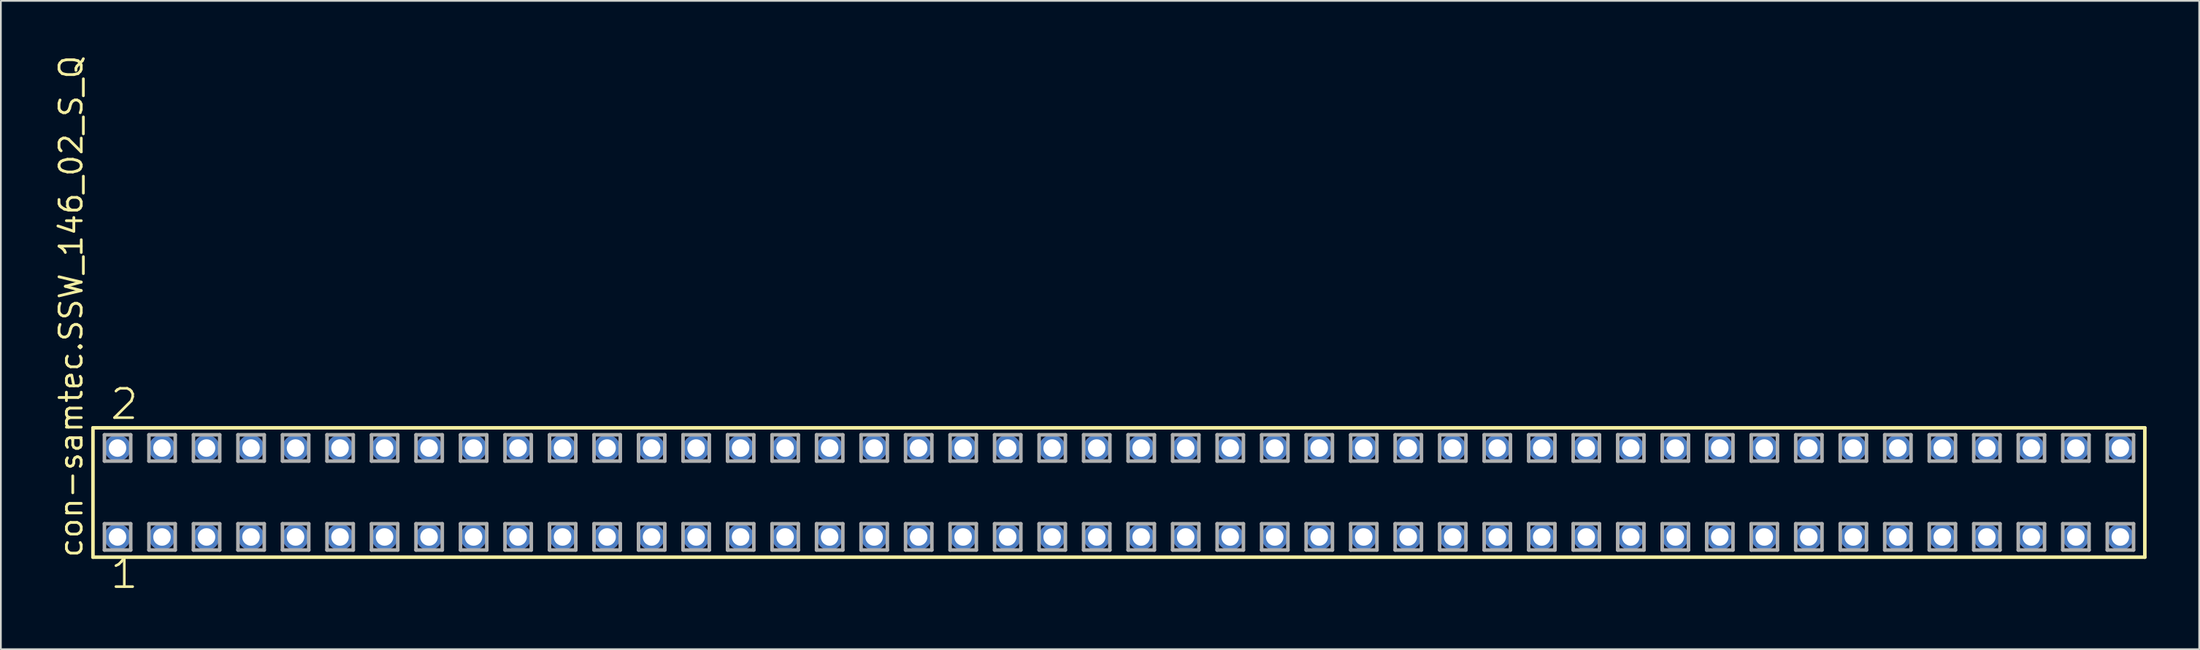
<source format=kicad_pcb>
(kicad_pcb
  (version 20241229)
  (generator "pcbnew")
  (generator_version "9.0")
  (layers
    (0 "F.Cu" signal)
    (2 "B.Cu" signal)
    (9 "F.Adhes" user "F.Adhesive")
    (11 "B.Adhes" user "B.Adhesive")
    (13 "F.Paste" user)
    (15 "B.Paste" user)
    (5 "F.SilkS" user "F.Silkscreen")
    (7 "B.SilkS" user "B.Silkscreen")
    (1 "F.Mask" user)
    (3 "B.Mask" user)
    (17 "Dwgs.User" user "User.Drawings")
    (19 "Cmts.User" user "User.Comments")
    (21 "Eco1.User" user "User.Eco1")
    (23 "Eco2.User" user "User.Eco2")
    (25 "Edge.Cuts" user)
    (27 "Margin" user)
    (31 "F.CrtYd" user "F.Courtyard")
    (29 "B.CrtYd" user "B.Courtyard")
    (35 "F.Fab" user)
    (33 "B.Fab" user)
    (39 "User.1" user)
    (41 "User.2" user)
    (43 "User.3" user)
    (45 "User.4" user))
  (footprint "con-samtec.SSW_146_02_S_Q"
    (layer "F.Cu")
    (at 60.805 25.082)
    (property "Reference" "con-samtec.SSW_146_02_S_Q" (at -59.055 3.81 90) (layer "F.SilkS") (effects (font (size 1.27 1.27) (thickness 0.16)) (justify left bottom)))
    (attr through_hole)
    (fp_line (start -58.549 -3.695) (end 58.549 -3.695) (stroke (width 0.203) (type default)) (layer "F.SilkS"))
    (fp_line (start -58.549 3.695) (end -58.549 -3.695) (stroke (width 0.203) (type default)) (layer "F.SilkS"))
    (fp_line (start 58.549 -3.695) (end 58.549 3.695) (stroke (width 0.203) (type default)) (layer "F.SilkS"))
    (fp_line (start 58.549 3.695) (end -58.549 3.695) (stroke (width 0.203) (type default)) (layer "F.SilkS"))
    (fp_line (start -57.895 -3.295) (end -56.395 -3.295) (stroke (width 0.203) (type default)) (layer "F.Fab"))
    (fp_line (start -57.895 -1.795) (end -57.895 -3.295) (stroke (width 0.203) (type default)) (layer "F.Fab"))
    (fp_line (start -57.895 1.785) (end -56.395 1.785) (stroke (width 0.203) (type default)) (layer "F.Fab"))
    (fp_line (start -57.895 3.285) (end -57.895 1.785) (stroke (width 0.203) (type default)) (layer "F.Fab"))
    (fp_line (start -56.395 -3.295) (end -56.395 -1.795) (stroke (width 0.203) (type default)) (layer "F.Fab"))
    (fp_line (start -56.395 -1.795) (end -57.895 -1.795) (stroke (width 0.203) (type default)) (layer "F.Fab"))
    (fp_line (start -56.395 1.785) (end -56.395 3.285) (stroke (width 0.203) (type default)) (layer "F.Fab"))
    (fp_line (start -56.395 3.285) (end -57.895 3.285) (stroke (width 0.203) (type default)) (layer "F.Fab"))
    (fp_line (start -55.355 -3.295) (end -53.855 -3.295) (stroke (width 0.203) (type default)) (layer "F.Fab"))
    (fp_line (start -55.355 -1.795) (end -55.355 -3.295) (stroke (width 0.203) (type default)) (layer "F.Fab"))
    (fp_line (start -55.355 1.785) (end -53.855 1.785) (stroke (width 0.203) (type default)) (layer "F.Fab"))
    (fp_line (start -55.355 3.285) (end -55.355 1.785) (stroke (width 0.203) (type default)) (layer "F.Fab"))
    (fp_line (start -53.855 -3.295) (end -53.855 -1.795) (stroke (width 0.203) (type default)) (layer "F.Fab"))
    (fp_line (start -53.855 -1.795) (end -55.355 -1.795) (stroke (width 0.203) (type default)) (layer "F.Fab"))
    (fp_line (start -53.855 1.785) (end -53.855 3.285) (stroke (width 0.203) (type default)) (layer "F.Fab"))
    (fp_line (start -53.855 3.285) (end -55.355 3.285) (stroke (width 0.203) (type default)) (layer "F.Fab"))
    (fp_line (start -52.815 -3.295) (end -51.315 -3.295) (stroke (width 0.203) (type default)) (layer "F.Fab"))
    (fp_line (start -52.815 -1.795) (end -52.815 -3.295) (stroke (width 0.203) (type default)) (layer "F.Fab"))
    (fp_line (start -52.815 1.785) (end -51.315 1.785) (stroke (width 0.203) (type default)) (layer "F.Fab"))
    (fp_line (start -52.815 3.285) (end -52.815 1.785) (stroke (width 0.203) (type default)) (layer "F.Fab"))
    (fp_line (start -51.315 -3.295) (end -51.315 -1.795) (stroke (width 0.203) (type default)) (layer "F.Fab"))
    (fp_line (start -51.315 -1.795) (end -52.815 -1.795) (stroke (width 0.203) (type default)) (layer "F.Fab"))
    (fp_line (start -51.315 1.785) (end -51.315 3.285) (stroke (width 0.203) (type default)) (layer "F.Fab"))
    (fp_line (start -51.315 3.285) (end -52.815 3.285) (stroke (width 0.203) (type default)) (layer "F.Fab"))
    (fp_line (start -50.275 -3.295) (end -48.775 -3.295) (stroke (width 0.203) (type default)) (layer "F.Fab"))
    (fp_line (start -50.275 -1.795) (end -50.275 -3.295) (stroke (width 0.203) (type default)) (layer "F.Fab"))
    (fp_line (start -50.275 1.785) (end -48.775 1.785) (stroke (width 0.203) (type default)) (layer "F.Fab"))
    (fp_line (start -50.275 3.285) (end -50.275 1.785) (stroke (width 0.203) (type default)) (layer "F.Fab"))
    (fp_line (start -48.775 -3.295) (end -48.775 -1.795) (stroke (width 0.203) (type default)) (layer "F.Fab"))
    (fp_line (start -48.775 -1.795) (end -50.275 -1.795) (stroke (width 0.203) (type default)) (layer "F.Fab"))
    (fp_line (start -48.775 1.785) (end -48.775 3.285) (stroke (width 0.203) (type default)) (layer "F.Fab"))
    (fp_line (start -48.775 3.285) (end -50.275 3.285) (stroke (width 0.203) (type default)) (layer "F.Fab"))
    (fp_line (start -47.735 -3.295) (end -46.235 -3.295) (stroke (width 0.203) (type default)) (layer "F.Fab"))
    (fp_line (start -47.735 -1.795) (end -47.735 -3.295) (stroke (width 0.203) (type default)) (layer "F.Fab"))
    (fp_line (start -47.735 1.785) (end -46.235 1.785) (stroke (width 0.203) (type default)) (layer "F.Fab"))
    (fp_line (start -47.735 3.285) (end -47.735 1.785) (stroke (width 0.203) (type default)) (layer "F.Fab"))
    (fp_line (start -46.235 -3.295) (end -46.235 -1.795) (stroke (width 0.203) (type default)) (layer "F.Fab"))
    (fp_line (start -46.235 -1.795) (end -47.735 -1.795) (stroke (width 0.203) (type default)) (layer "F.Fab"))
    (fp_line (start -46.235 1.785) (end -46.235 3.285) (stroke (width 0.203) (type default)) (layer "F.Fab"))
    (fp_line (start -46.235 3.285) (end -47.735 3.285) (stroke (width 0.203) (type default)) (layer "F.Fab"))
    (fp_line (start -45.195 -3.295) (end -43.695 -3.295) (stroke (width 0.203) (type default)) (layer "F.Fab"))
    (fp_line (start -45.195 -1.795) (end -45.195 -3.295) (stroke (width 0.203) (type default)) (layer "F.Fab"))
    (fp_line (start -45.195 1.785) (end -43.695 1.785) (stroke (width 0.203) (type default)) (layer "F.Fab"))
    (fp_line (start -45.195 3.285) (end -45.195 1.785) (stroke (width 0.203) (type default)) (layer "F.Fab"))
    (fp_line (start -43.695 -3.295) (end -43.695 -1.795) (stroke (width 0.203) (type default)) (layer "F.Fab"))
    (fp_line (start -43.695 -1.795) (end -45.195 -1.795) (stroke (width 0.203) (type default)) (layer "F.Fab"))
    (fp_line (start -43.695 1.785) (end -43.695 3.285) (stroke (width 0.203) (type default)) (layer "F.Fab"))
    (fp_line (start -43.695 3.285) (end -45.195 3.285) (stroke (width 0.203) (type default)) (layer "F.Fab"))
    (fp_line (start -42.655 -3.295) (end -41.155 -3.295) (stroke (width 0.203) (type default)) (layer "F.Fab"))
    (fp_line (start -42.655 -1.795) (end -42.655 -3.295) (stroke (width 0.203) (type default)) (layer "F.Fab"))
    (fp_line (start -42.655 1.785) (end -41.155 1.785) (stroke (width 0.203) (type default)) (layer "F.Fab"))
    (fp_line (start -42.655 3.285) (end -42.655 1.785) (stroke (width 0.203) (type default)) (layer "F.Fab"))
    (fp_line (start -41.155 -3.295) (end -41.155 -1.795) (stroke (width 0.203) (type default)) (layer "F.Fab"))
    (fp_line (start -41.155 -1.795) (end -42.655 -1.795) (stroke (width 0.203) (type default)) (layer "F.Fab"))
    (fp_line (start -41.155 1.785) (end -41.155 3.285) (stroke (width 0.203) (type default)) (layer "F.Fab"))
    (fp_line (start -41.155 3.285) (end -42.655 3.285) (stroke (width 0.203) (type default)) (layer "F.Fab"))
    (fp_line (start -40.115 -3.295) (end -38.615 -3.295) (stroke (width 0.203) (type default)) (layer "F.Fab"))
    (fp_line (start -40.115 -1.795) (end -40.115 -3.295) (stroke (width 0.203) (type default)) (layer "F.Fab"))
    (fp_line (start -40.115 1.785) (end -38.615 1.785) (stroke (width 0.203) (type default)) (layer "F.Fab"))
    (fp_line (start -40.115 3.285) (end -40.115 1.785) (stroke (width 0.203) (type default)) (layer "F.Fab"))
    (fp_line (start -38.615 -3.295) (end -38.615 -1.795) (stroke (width 0.203) (type default)) (layer "F.Fab"))
    (fp_line (start -38.615 -1.795) (end -40.115 -1.795) (stroke (width 0.203) (type default)) (layer "F.Fab"))
    (fp_line (start -38.615 1.785) (end -38.615 3.285) (stroke (width 0.203) (type default)) (layer "F.Fab"))
    (fp_line (start -38.615 3.285) (end -40.115 3.285) (stroke (width 0.203) (type default)) (layer "F.Fab"))
    (fp_line (start -37.575 -3.295) (end -36.075 -3.295) (stroke (width 0.203) (type default)) (layer "F.Fab"))
    (fp_line (start -37.575 -1.795) (end -37.575 -3.295) (stroke (width 0.203) (type default)) (layer "F.Fab"))
    (fp_line (start -37.575 1.785) (end -36.075 1.785) (stroke (width 0.203) (type default)) (layer "F.Fab"))
    (fp_line (start -37.575 3.285) (end -37.575 1.785) (stroke (width 0.203) (type default)) (layer "F.Fab"))
    (fp_line (start -36.075 -3.295) (end -36.075 -1.795) (stroke (width 0.203) (type default)) (layer "F.Fab"))
    (fp_line (start -36.075 -1.795) (end -37.575 -1.795) (stroke (width 0.203) (type default)) (layer "F.Fab"))
    (fp_line (start -36.075 1.785) (end -36.075 3.285) (stroke (width 0.203) (type default)) (layer "F.Fab"))
    (fp_line (start -36.075 3.285) (end -37.575 3.285) (stroke (width 0.203) (type default)) (layer "F.Fab"))
    (fp_line (start -35.035 -3.295) (end -33.535 -3.295) (stroke (width 0.203) (type default)) (layer "F.Fab"))
    (fp_line (start -35.035 -1.795) (end -35.035 -3.295) (stroke (width 0.203) (type default)) (layer "F.Fab"))
    (fp_line (start -35.035 1.785) (end -33.535 1.785) (stroke (width 0.203) (type default)) (layer "F.Fab"))
    (fp_line (start -35.035 3.285) (end -35.035 1.785) (stroke (width 0.203) (type default)) (layer "F.Fab"))
    (fp_line (start -33.535 -3.295) (end -33.535 -1.795) (stroke (width 0.203) (type default)) (layer "F.Fab"))
    (fp_line (start -33.535 -1.795) (end -35.035 -1.795) (stroke (width 0.203) (type default)) (layer "F.Fab"))
    (fp_line (start -33.535 1.785) (end -33.535 3.285) (stroke (width 0.203) (type default)) (layer "F.Fab"))
    (fp_line (start -33.535 3.285) (end -35.035 3.285) (stroke (width 0.203) (type default)) (layer "F.Fab"))
    (fp_line (start -32.495 -3.295) (end -30.995 -3.295) (stroke (width 0.203) (type default)) (layer "F.Fab"))
    (fp_line (start -32.495 -1.795) (end -32.495 -3.295) (stroke (width 0.203) (type default)) (layer "F.Fab"))
    (fp_line (start -32.495 1.785) (end -30.995 1.785) (stroke (width 0.203) (type default)) (layer "F.Fab"))
    (fp_line (start -32.495 3.285) (end -32.495 1.785) (stroke (width 0.203) (type default)) (layer "F.Fab"))
    (fp_line (start -30.995 -3.295) (end -30.995 -1.795) (stroke (width 0.203) (type default)) (layer "F.Fab"))
    (fp_line (start -30.995 -1.795) (end -32.495 -1.795) (stroke (width 0.203) (type default)) (layer "F.Fab"))
    (fp_line (start -30.995 1.785) (end -30.995 3.285) (stroke (width 0.203) (type default)) (layer "F.Fab"))
    (fp_line (start -30.995 3.285) (end -32.495 3.285) (stroke (width 0.203) (type default)) (layer "F.Fab"))
    (fp_line (start -29.955 -3.295) (end -28.455 -3.295) (stroke (width 0.203) (type default)) (layer "F.Fab"))
    (fp_line (start -29.955 -1.795) (end -29.955 -3.295) (stroke (width 0.203) (type default)) (layer "F.Fab"))
    (fp_line (start -29.955 1.785) (end -28.455 1.785) (stroke (width 0.203) (type default)) (layer "F.Fab"))
    (fp_line (start -29.955 3.285) (end -29.955 1.785) (stroke (width 0.203) (type default)) (layer "F.Fab"))
    (fp_line (start -28.455 -3.295) (end -28.455 -1.795) (stroke (width 0.203) (type default)) (layer "F.Fab"))
    (fp_line (start -28.455 -1.795) (end -29.955 -1.795) (stroke (width 0.203) (type default)) (layer "F.Fab"))
    (fp_line (start -28.455 1.785) (end -28.455 3.285) (stroke (width 0.203) (type default)) (layer "F.Fab"))
    (fp_line (start -28.455 3.285) (end -29.955 3.285) (stroke (width 0.203) (type default)) (layer "F.Fab"))
    (fp_line (start -27.415 -3.295) (end -25.915 -3.295) (stroke (width 0.203) (type default)) (layer "F.Fab"))
    (fp_line (start -27.415 -1.795) (end -27.415 -3.295) (stroke (width 0.203) (type default)) (layer "F.Fab"))
    (fp_line (start -27.415 1.785) (end -25.915 1.785) (stroke (width 0.203) (type default)) (layer "F.Fab"))
    (fp_line (start -27.415 3.285) (end -27.415 1.785) (stroke (width 0.203) (type default)) (layer "F.Fab"))
    (fp_line (start -25.915 -3.295) (end -25.915 -1.795) (stroke (width 0.203) (type default)) (layer "F.Fab"))
    (fp_line (start -25.915 -1.795) (end -27.415 -1.795) (stroke (width 0.203) (type default)) (layer "F.Fab"))
    (fp_line (start -25.915 1.785) (end -25.915 3.285) (stroke (width 0.203) (type default)) (layer "F.Fab"))
    (fp_line (start -25.915 3.285) (end -27.415 3.285) (stroke (width 0.203) (type default)) (layer "F.Fab"))
    (fp_line (start -24.875 -3.295) (end -23.375 -3.295) (stroke (width 0.203) (type default)) (layer "F.Fab"))
    (fp_line (start -24.875 -1.795) (end -24.875 -3.295) (stroke (width 0.203) (type default)) (layer "F.Fab"))
    (fp_line (start -24.875 1.785) (end -23.375 1.785) (stroke (width 0.203) (type default)) (layer "F.Fab"))
    (fp_line (start -24.875 3.285) (end -24.875 1.785) (stroke (width 0.203) (type default)) (layer "F.Fab"))
    (fp_line (start -23.375 -3.295) (end -23.375 -1.795) (stroke (width 0.203) (type default)) (layer "F.Fab"))
    (fp_line (start -23.375 -1.795) (end -24.875 -1.795) (stroke (width 0.203) (type default)) (layer "F.Fab"))
    (fp_line (start -23.375 1.785) (end -23.375 3.285) (stroke (width 0.203) (type default)) (layer "F.Fab"))
    (fp_line (start -23.375 3.285) (end -24.875 3.285) (stroke (width 0.203) (type default)) (layer "F.Fab"))
    (fp_line (start -22.335 -3.295) (end -20.835 -3.295) (stroke (width 0.203) (type default)) (layer "F.Fab"))
    (fp_line (start -22.335 -1.795) (end -22.335 -3.295) (stroke (width 0.203) (type default)) (layer "F.Fab"))
    (fp_line (start -22.335 1.785) (end -20.835 1.785) (stroke (width 0.203) (type default)) (layer "F.Fab"))
    (fp_line (start -22.335 3.285) (end -22.335 1.785) (stroke (width 0.203) (type default)) (layer "F.Fab"))
    (fp_line (start -20.835 -3.295) (end -20.835 -1.795) (stroke (width 0.203) (type default)) (layer "F.Fab"))
    (fp_line (start -20.835 -1.795) (end -22.335 -1.795) (stroke (width 0.203) (type default)) (layer "F.Fab"))
    (fp_line (start -20.835 1.785) (end -20.835 3.285) (stroke (width 0.203) (type default)) (layer "F.Fab"))
    (fp_line (start -20.835 3.285) (end -22.335 3.285) (stroke (width 0.203) (type default)) (layer "F.Fab"))
    (fp_line (start -19.795 -3.295) (end -18.295 -3.295) (stroke (width 0.203) (type default)) (layer "F.Fab"))
    (fp_line (start -19.795 -1.795) (end -19.795 -3.295) (stroke (width 0.203) (type default)) (layer "F.Fab"))
    (fp_line (start -19.795 1.785) (end -18.295 1.785) (stroke (width 0.203) (type default)) (layer "F.Fab"))
    (fp_line (start -19.795 3.285) (end -19.795 1.785) (stroke (width 0.203) (type default)) (layer "F.Fab"))
    (fp_line (start -18.295 -3.295) (end -18.295 -1.795) (stroke (width 0.203) (type default)) (layer "F.Fab"))
    (fp_line (start -18.295 -1.795) (end -19.795 -1.795) (stroke (width 0.203) (type default)) (layer "F.Fab"))
    (fp_line (start -18.295 1.785) (end -18.295 3.285) (stroke (width 0.203) (type default)) (layer "F.Fab"))
    (fp_line (start -18.295 3.285) (end -19.795 3.285) (stroke (width 0.203) (type default)) (layer "F.Fab"))
    (fp_line (start -17.255 -3.295) (end -15.755 -3.295) (stroke (width 0.203) (type default)) (layer "F.Fab"))
    (fp_line (start -17.255 -1.795) (end -17.255 -3.295) (stroke (width 0.203) (type default)) (layer "F.Fab"))
    (fp_line (start -17.255 1.785) (end -15.755 1.785) (stroke (width 0.203) (type default)) (layer "F.Fab"))
    (fp_line (start -17.255 3.285) (end -17.255 1.785) (stroke (width 0.203) (type default)) (layer "F.Fab"))
    (fp_line (start -15.755 -3.295) (end -15.755 -1.795) (stroke (width 0.203) (type default)) (layer "F.Fab"))
    (fp_line (start -15.755 -1.795) (end -17.255 -1.795) (stroke (width 0.203) (type default)) (layer "F.Fab"))
    (fp_line (start -15.755 1.785) (end -15.755 3.285) (stroke (width 0.203) (type default)) (layer "F.Fab"))
    (fp_line (start -15.755 3.285) (end -17.255 3.285) (stroke (width 0.203) (type default)) (layer "F.Fab"))
    (fp_line (start -14.715 -3.295) (end -13.215 -3.295) (stroke (width 0.203) (type default)) (layer "F.Fab"))
    (fp_line (start -14.715 -1.795) (end -14.715 -3.295) (stroke (width 0.203) (type default)) (layer "F.Fab"))
    (fp_line (start -14.715 1.785) (end -13.215 1.785) (stroke (width 0.203) (type default)) (layer "F.Fab"))
    (fp_line (start -14.715 3.285) (end -14.715 1.785) (stroke (width 0.203) (type default)) (layer "F.Fab"))
    (fp_line (start -13.215 -3.295) (end -13.215 -1.795) (stroke (width 0.203) (type default)) (layer "F.Fab"))
    (fp_line (start -13.215 -1.795) (end -14.715 -1.795) (stroke (width 0.203) (type default)) (layer "F.Fab"))
    (fp_line (start -13.215 1.785) (end -13.215 3.285) (stroke (width 0.203) (type default)) (layer "F.Fab"))
    (fp_line (start -13.215 3.285) (end -14.715 3.285) (stroke (width 0.203) (type default)) (layer "F.Fab"))
    (fp_line (start -12.175 -3.295) (end -10.675 -3.295) (stroke (width 0.203) (type default)) (layer "F.Fab"))
    (fp_line (start -12.175 -1.795) (end -12.175 -3.295) (stroke (width 0.203) (type default)) (layer "F.Fab"))
    (fp_line (start -12.175 1.785) (end -10.675 1.785) (stroke (width 0.203) (type default)) (layer "F.Fab"))
    (fp_line (start -12.175 3.285) (end -12.175 1.785) (stroke (width 0.203) (type default)) (layer "F.Fab"))
    (fp_line (start -10.675 -3.295) (end -10.675 -1.795) (stroke (width 0.203) (type default)) (layer "F.Fab"))
    (fp_line (start -10.675 -1.795) (end -12.175 -1.795) (stroke (width 0.203) (type default)) (layer "F.Fab"))
    (fp_line (start -10.675 1.785) (end -10.675 3.285) (stroke (width 0.203) (type default)) (layer "F.Fab"))
    (fp_line (start -10.675 3.285) (end -12.175 3.285) (stroke (width 0.203) (type default)) (layer "F.Fab"))
    (fp_line (start -9.635 -3.295) (end -8.135 -3.295) (stroke (width 0.203) (type default)) (layer "F.Fab"))
    (fp_line (start -9.635 -1.795) (end -9.635 -3.295) (stroke (width 0.203) (type default)) (layer "F.Fab"))
    (fp_line (start -9.635 1.785) (end -8.135 1.785) (stroke (width 0.203) (type default)) (layer "F.Fab"))
    (fp_line (start -9.635 3.285) (end -9.635 1.785) (stroke (width 0.203) (type default)) (layer "F.Fab"))
    (fp_line (start -8.135 -3.295) (end -8.135 -1.795) (stroke (width 0.203) (type default)) (layer "F.Fab"))
    (fp_line (start -8.135 -1.795) (end -9.635 -1.795) (stroke (width 0.203) (type default)) (layer "F.Fab"))
    (fp_line (start -8.135 1.785) (end -8.135 3.285) (stroke (width 0.203) (type default)) (layer "F.Fab"))
    (fp_line (start -8.135 3.285) (end -9.635 3.285) (stroke (width 0.203) (type default)) (layer "F.Fab"))
    (fp_line (start -7.095 -3.295) (end -5.595 -3.295) (stroke (width 0.203) (type default)) (layer "F.Fab"))
    (fp_line (start -7.095 -1.795) (end -7.095 -3.295) (stroke (width 0.203) (type default)) (layer "F.Fab"))
    (fp_line (start -7.095 1.785) (end -5.595 1.785) (stroke (width 0.203) (type default)) (layer "F.Fab"))
    (fp_line (start -7.095 3.285) (end -7.095 1.785) (stroke (width 0.203) (type default)) (layer "F.Fab"))
    (fp_line (start -5.595 -3.295) (end -5.595 -1.795) (stroke (width 0.203) (type default)) (layer "F.Fab"))
    (fp_line (start -5.595 -1.795) (end -7.095 -1.795) (stroke (width 0.203) (type default)) (layer "F.Fab"))
    (fp_line (start -5.595 1.785) (end -5.595 3.285) (stroke (width 0.203) (type default)) (layer "F.Fab"))
    (fp_line (start -5.595 3.285) (end -7.095 3.285) (stroke (width 0.203) (type default)) (layer "F.Fab"))
    (fp_line (start -4.555 -3.295) (end -3.055 -3.295) (stroke (width 0.203) (type default)) (layer "F.Fab"))
    (fp_line (start -4.555 -1.795) (end -4.555 -3.295) (stroke (width 0.203) (type default)) (layer "F.Fab"))
    (fp_line (start -4.555 1.785) (end -3.055 1.785) (stroke (width 0.203) (type default)) (layer "F.Fab"))
    (fp_line (start -4.555 3.285) (end -4.555 1.785) (stroke (width 0.203) (type default)) (layer "F.Fab"))
    (fp_line (start -3.055 -3.295) (end -3.055 -1.795) (stroke (width 0.203) (type default)) (layer "F.Fab"))
    (fp_line (start -3.055 -1.795) (end -4.555 -1.795) (stroke (width 0.203) (type default)) (layer "F.Fab"))
    (fp_line (start -3.055 1.785) (end -3.055 3.285) (stroke (width 0.203) (type default)) (layer "F.Fab"))
    (fp_line (start -3.055 3.285) (end -4.555 3.285) (stroke (width 0.203) (type default)) (layer "F.Fab"))
    (fp_line (start -2.015 -3.295) (end -0.515 -3.295) (stroke (width 0.203) (type default)) (layer "F.Fab"))
    (fp_line (start -2.015 -1.795) (end -2.015 -3.295) (stroke (width 0.203) (type default)) (layer "F.Fab"))
    (fp_line (start -2.015 1.785) (end -0.515 1.785) (stroke (width 0.203) (type default)) (layer "F.Fab"))
    (fp_line (start -2.015 3.285) (end -2.015 1.785) (stroke (width 0.203) (type default)) (layer "F.Fab"))
    (fp_line (start -0.515 -3.295) (end -0.515 -1.795) (stroke (width 0.203) (type default)) (layer "F.Fab"))
    (fp_line (start -0.515 -1.795) (end -2.015 -1.795) (stroke (width 0.203) (type default)) (layer "F.Fab"))
    (fp_line (start -0.515 1.785) (end -0.515 3.285) (stroke (width 0.203) (type default)) (layer "F.Fab"))
    (fp_line (start -0.515 3.285) (end -2.015 3.285) (stroke (width 0.203) (type default)) (layer "F.Fab"))
    (fp_line (start 0.525 -3.295) (end 2.025 -3.295) (stroke (width 0.203) (type default)) (layer "F.Fab"))
    (fp_line (start 0.525 -1.795) (end 0.525 -3.295) (stroke (width 0.203) (type default)) (layer "F.Fab"))
    (fp_line (start 0.525 1.785) (end 2.025 1.785) (stroke (width 0.203) (type default)) (layer "F.Fab"))
    (fp_line (start 0.525 3.285) (end 0.525 1.785) (stroke (width 0.203) (type default)) (layer "F.Fab"))
    (fp_line (start 2.025 -3.295) (end 2.025 -1.795) (stroke (width 0.203) (type default)) (layer "F.Fab"))
    (fp_line (start 2.025 -1.795) (end 0.525 -1.795) (stroke (width 0.203) (type default)) (layer "F.Fab"))
    (fp_line (start 2.025 1.785) (end 2.025 3.285) (stroke (width 0.203) (type default)) (layer "F.Fab"))
    (fp_line (start 2.025 3.285) (end 0.525 3.285) (stroke (width 0.203) (type default)) (layer "F.Fab"))
    (fp_line (start 3.065 -3.295) (end 4.565 -3.295) (stroke (width 0.203) (type default)) (layer "F.Fab"))
    (fp_line (start 3.065 -1.795) (end 3.065 -3.295) (stroke (width 0.203) (type default)) (layer "F.Fab"))
    (fp_line (start 3.065 1.785) (end 4.565 1.785) (stroke (width 0.203) (type default)) (layer "F.Fab"))
    (fp_line (start 3.065 3.285) (end 3.065 1.785) (stroke (width 0.203) (type default)) (layer "F.Fab"))
    (fp_line (start 4.565 -3.295) (end 4.565 -1.795) (stroke (width 0.203) (type default)) (layer "F.Fab"))
    (fp_line (start 4.565 -1.795) (end 3.065 -1.795) (stroke (width 0.203) (type default)) (layer "F.Fab"))
    (fp_line (start 4.565 1.785) (end 4.565 3.285) (stroke (width 0.203) (type default)) (layer "F.Fab"))
    (fp_line (start 4.565 3.285) (end 3.065 3.285) (stroke (width 0.203) (type default)) (layer "F.Fab"))
    (fp_line (start 5.605 -3.295) (end 7.105 -3.295) (stroke (width 0.203) (type default)) (layer "F.Fab"))
    (fp_line (start 5.605 -1.795) (end 5.605 -3.295) (stroke (width 0.203) (type default)) (layer "F.Fab"))
    (fp_line (start 5.605 1.785) (end 7.105 1.785) (stroke (width 0.203) (type default)) (layer "F.Fab"))
    (fp_line (start 5.605 3.285) (end 5.605 1.785) (stroke (width 0.203) (type default)) (layer "F.Fab"))
    (fp_line (start 7.105 -3.295) (end 7.105 -1.795) (stroke (width 0.203) (type default)) (layer "F.Fab"))
    (fp_line (start 7.105 -1.795) (end 5.605 -1.795) (stroke (width 0.203) (type default)) (layer "F.Fab"))
    (fp_line (start 7.105 1.785) (end 7.105 3.285) (stroke (width 0.203) (type default)) (layer "F.Fab"))
    (fp_line (start 7.105 3.285) (end 5.605 3.285) (stroke (width 0.203) (type default)) (layer "F.Fab"))
    (fp_line (start 8.145 -3.295) (end 9.645 -3.295) (stroke (width 0.203) (type default)) (layer "F.Fab"))
    (fp_line (start 8.145 -1.795) (end 8.145 -3.295) (stroke (width 0.203) (type default)) (layer "F.Fab"))
    (fp_line (start 8.145 1.785) (end 9.645 1.785) (stroke (width 0.203) (type default)) (layer "F.Fab"))
    (fp_line (start 8.145 3.285) (end 8.145 1.785) (stroke (width 0.203) (type default)) (layer "F.Fab"))
    (fp_line (start 9.645 -3.295) (end 9.645 -1.795) (stroke (width 0.203) (type default)) (layer "F.Fab"))
    (fp_line (start 9.645 -1.795) (end 8.145 -1.795) (stroke (width 0.203) (type default)) (layer "F.Fab"))
    (fp_line (start 9.645 1.785) (end 9.645 3.285) (stroke (width 0.203) (type default)) (layer "F.Fab"))
    (fp_line (start 9.645 3.285) (end 8.145 3.285) (stroke (width 0.203) (type default)) (layer "F.Fab"))
    (fp_line (start 10.685 -3.295) (end 12.185 -3.295) (stroke (width 0.203) (type default)) (layer "F.Fab"))
    (fp_line (start 10.685 -1.795) (end 10.685 -3.295) (stroke (width 0.203) (type default)) (layer "F.Fab"))
    (fp_line (start 10.685 1.785) (end 12.185 1.785) (stroke (width 0.203) (type default)) (layer "F.Fab"))
    (fp_line (start 10.685 3.285) (end 10.685 1.785) (stroke (width 0.203) (type default)) (layer "F.Fab"))
    (fp_line (start 12.185 -3.295) (end 12.185 -1.795) (stroke (width 0.203) (type default)) (layer "F.Fab"))
    (fp_line (start 12.185 -1.795) (end 10.685 -1.795) (stroke (width 0.203) (type default)) (layer "F.Fab"))
    (fp_line (start 12.185 1.785) (end 12.185 3.285) (stroke (width 0.203) (type default)) (layer "F.Fab"))
    (fp_line (start 12.185 3.285) (end 10.685 3.285) (stroke (width 0.203) (type default)) (layer "F.Fab"))
    (fp_line (start 13.225 -3.295) (end 14.725 -3.295) (stroke (width 0.203) (type default)) (layer "F.Fab"))
    (fp_line (start 13.225 -1.795) (end 13.225 -3.295) (stroke (width 0.203) (type default)) (layer "F.Fab"))
    (fp_line (start 13.225 1.785) (end 14.725 1.785) (stroke (width 0.203) (type default)) (layer "F.Fab"))
    (fp_line (start 13.225 3.285) (end 13.225 1.785) (stroke (width 0.203) (type default)) (layer "F.Fab"))
    (fp_line (start 14.725 -3.295) (end 14.725 -1.795) (stroke (width 0.203) (type default)) (layer "F.Fab"))
    (fp_line (start 14.725 -1.795) (end 13.225 -1.795) (stroke (width 0.203) (type default)) (layer "F.Fab"))
    (fp_line (start 14.725 1.785) (end 14.725 3.285) (stroke (width 0.203) (type default)) (layer "F.Fab"))
    (fp_line (start 14.725 3.285) (end 13.225 3.285) (stroke (width 0.203) (type default)) (layer "F.Fab"))
    (fp_line (start 15.765 -3.295) (end 17.265 -3.295) (stroke (width 0.203) (type default)) (layer "F.Fab"))
    (fp_line (start 15.765 -1.795) (end 15.765 -3.295) (stroke (width 0.203) (type default)) (layer "F.Fab"))
    (fp_line (start 15.765 1.785) (end 17.265 1.785) (stroke (width 0.203) (type default)) (layer "F.Fab"))
    (fp_line (start 15.765 3.285) (end 15.765 1.785) (stroke (width 0.203) (type default)) (layer "F.Fab"))
    (fp_line (start 17.265 -3.295) (end 17.265 -1.795) (stroke (width 0.203) (type default)) (layer "F.Fab"))
    (fp_line (start 17.265 -1.795) (end 15.765 -1.795) (stroke (width 0.203) (type default)) (layer "F.Fab"))
    (fp_line (start 17.265 1.785) (end 17.265 3.285) (stroke (width 0.203) (type default)) (layer "F.Fab"))
    (fp_line (start 17.265 3.285) (end 15.765 3.285) (stroke (width 0.203) (type default)) (layer "F.Fab"))
    (fp_line (start 18.305 -3.295) (end 19.805 -3.295) (stroke (width 0.203) (type default)) (layer "F.Fab"))
    (fp_line (start 18.305 -1.795) (end 18.305 -3.295) (stroke (width 0.203) (type default)) (layer "F.Fab"))
    (fp_line (start 18.305 1.785) (end 19.805 1.785) (stroke (width 0.203) (type default)) (layer "F.Fab"))
    (fp_line (start 18.305 3.285) (end 18.305 1.785) (stroke (width 0.203) (type default)) (layer "F.Fab"))
    (fp_line (start 19.805 -3.295) (end 19.805 -1.795) (stroke (width 0.203) (type default)) (layer "F.Fab"))
    (fp_line (start 19.805 -1.795) (end 18.305 -1.795) (stroke (width 0.203) (type default)) (layer "F.Fab"))
    (fp_line (start 19.805 1.785) (end 19.805 3.285) (stroke (width 0.203) (type default)) (layer "F.Fab"))
    (fp_line (start 19.805 3.285) (end 18.305 3.285) (stroke (width 0.203) (type default)) (layer "F.Fab"))
    (fp_line (start 20.845 -3.295) (end 22.345 -3.295) (stroke (width 0.203) (type default)) (layer "F.Fab"))
    (fp_line (start 20.845 -1.795) (end 20.845 -3.295) (stroke (width 0.203) (type default)) (layer "F.Fab"))
    (fp_line (start 20.845 1.785) (end 22.345 1.785) (stroke (width 0.203) (type default)) (layer "F.Fab"))
    (fp_line (start 20.845 3.285) (end 20.845 1.785) (stroke (width 0.203) (type default)) (layer "F.Fab"))
    (fp_line (start 22.345 -3.295) (end 22.345 -1.795) (stroke (width 0.203) (type default)) (layer "F.Fab"))
    (fp_line (start 22.345 -1.795) (end 20.845 -1.795) (stroke (width 0.203) (type default)) (layer "F.Fab"))
    (fp_line (start 22.345 1.785) (end 22.345 3.285) (stroke (width 0.203) (type default)) (layer "F.Fab"))
    (fp_line (start 22.345 3.285) (end 20.845 3.285) (stroke (width 0.203) (type default)) (layer "F.Fab"))
    (fp_line (start 23.385 -3.295) (end 24.885 -3.295) (stroke (width 0.203) (type default)) (layer "F.Fab"))
    (fp_line (start 23.385 -1.795) (end 23.385 -3.295) (stroke (width 0.203) (type default)) (layer "F.Fab"))
    (fp_line (start 23.385 1.785) (end 24.885 1.785) (stroke (width 0.203) (type default)) (layer "F.Fab"))
    (fp_line (start 23.385 3.285) (end 23.385 1.785) (stroke (width 0.203) (type default)) (layer "F.Fab"))
    (fp_line (start 24.885 -3.295) (end 24.885 -1.795) (stroke (width 0.203) (type default)) (layer "F.Fab"))
    (fp_line (start 24.885 -1.795) (end 23.385 -1.795) (stroke (width 0.203) (type default)) (layer "F.Fab"))
    (fp_line (start 24.885 1.785) (end 24.885 3.285) (stroke (width 0.203) (type default)) (layer "F.Fab"))
    (fp_line (start 24.885 3.285) (end 23.385 3.285) (stroke (width 0.203) (type default)) (layer "F.Fab"))
    (fp_line (start 25.925 -3.295) (end 27.425 -3.295) (stroke (width 0.203) (type default)) (layer "F.Fab"))
    (fp_line (start 25.925 -1.795) (end 25.925 -3.295) (stroke (width 0.203) (type default)) (layer "F.Fab"))
    (fp_line (start 25.925 1.785) (end 27.425 1.785) (stroke (width 0.203) (type default)) (layer "F.Fab"))
    (fp_line (start 25.925 3.285) (end 25.925 1.785) (stroke (width 0.203) (type default)) (layer "F.Fab"))
    (fp_line (start 27.425 -3.295) (end 27.425 -1.795) (stroke (width 0.203) (type default)) (layer "F.Fab"))
    (fp_line (start 27.425 -1.795) (end 25.925 -1.795) (stroke (width 0.203) (type default)) (layer "F.Fab"))
    (fp_line (start 27.425 1.785) (end 27.425 3.285) (stroke (width 0.203) (type default)) (layer "F.Fab"))
    (fp_line (start 27.425 3.285) (end 25.925 3.285) (stroke (width 0.203) (type default)) (layer "F.Fab"))
    (fp_line (start 28.465 -3.295) (end 29.965 -3.295) (stroke (width 0.203) (type default)) (layer "F.Fab"))
    (fp_line (start 28.465 -1.795) (end 28.465 -3.295) (stroke (width 0.203) (type default)) (layer "F.Fab"))
    (fp_line (start 28.465 1.785) (end 29.965 1.785) (stroke (width 0.203) (type default)) (layer "F.Fab"))
    (fp_line (start 28.465 3.285) (end 28.465 1.785) (stroke (width 0.203) (type default)) (layer "F.Fab"))
    (fp_line (start 29.965 -3.295) (end 29.965 -1.795) (stroke (width 0.203) (type default)) (layer "F.Fab"))
    (fp_line (start 29.965 -1.795) (end 28.465 -1.795) (stroke (width 0.203) (type default)) (layer "F.Fab"))
    (fp_line (start 29.965 1.785) (end 29.965 3.285) (stroke (width 0.203) (type default)) (layer "F.Fab"))
    (fp_line (start 29.965 3.285) (end 28.465 3.285) (stroke (width 0.203) (type default)) (layer "F.Fab"))
    (fp_line (start 31.005 -3.295) (end 32.505 -3.295) (stroke (width 0.203) (type default)) (layer "F.Fab"))
    (fp_line (start 31.005 -1.795) (end 31.005 -3.295) (stroke (width 0.203) (type default)) (layer "F.Fab"))
    (fp_line (start 31.005 1.785) (end 32.505 1.785) (stroke (width 0.203) (type default)) (layer "F.Fab"))
    (fp_line (start 31.005 3.285) (end 31.005 1.785) (stroke (width 0.203) (type default)) (layer "F.Fab"))
    (fp_line (start 32.505 -3.295) (end 32.505 -1.795) (stroke (width 0.203) (type default)) (layer "F.Fab"))
    (fp_line (start 32.505 -1.795) (end 31.005 -1.795) (stroke (width 0.203) (type default)) (layer "F.Fab"))
    (fp_line (start 32.505 1.785) (end 32.505 3.285) (stroke (width 0.203) (type default)) (layer "F.Fab"))
    (fp_line (start 32.505 3.285) (end 31.005 3.285) (stroke (width 0.203) (type default)) (layer "F.Fab"))
    (fp_line (start 33.545 -3.295) (end 35.045 -3.295) (stroke (width 0.203) (type default)) (layer "F.Fab"))
    (fp_line (start 33.545 -1.795) (end 33.545 -3.295) (stroke (width 0.203) (type default)) (layer "F.Fab"))
    (fp_line (start 33.545 1.785) (end 35.045 1.785) (stroke (width 0.203) (type default)) (layer "F.Fab"))
    (fp_line (start 33.545 3.285) (end 33.545 1.785) (stroke (width 0.203) (type default)) (layer "F.Fab"))
    (fp_line (start 35.045 -3.295) (end 35.045 -1.795) (stroke (width 0.203) (type default)) (layer "F.Fab"))
    (fp_line (start 35.045 -1.795) (end 33.545 -1.795) (stroke (width 0.203) (type default)) (layer "F.Fab"))
    (fp_line (start 35.045 1.785) (end 35.045 3.285) (stroke (width 0.203) (type default)) (layer "F.Fab"))
    (fp_line (start 35.045 3.285) (end 33.545 3.285) (stroke (width 0.203) (type default)) (layer "F.Fab"))
    (fp_line (start 36.085 -3.295) (end 37.585 -3.295) (stroke (width 0.203) (type default)) (layer "F.Fab"))
    (fp_line (start 36.085 -1.795) (end 36.085 -3.295) (stroke (width 0.203) (type default)) (layer "F.Fab"))
    (fp_line (start 36.085 1.785) (end 37.585 1.785) (stroke (width 0.203) (type default)) (layer "F.Fab"))
    (fp_line (start 36.085 3.285) (end 36.085 1.785) (stroke (width 0.203) (type default)) (layer "F.Fab"))
    (fp_line (start 37.585 -3.295) (end 37.585 -1.795) (stroke (width 0.203) (type default)) (layer "F.Fab"))
    (fp_line (start 37.585 -1.795) (end 36.085 -1.795) (stroke (width 0.203) (type default)) (layer "F.Fab"))
    (fp_line (start 37.585 1.785) (end 37.585 3.285) (stroke (width 0.203) (type default)) (layer "F.Fab"))
    (fp_line (start 37.585 3.285) (end 36.085 3.285) (stroke (width 0.203) (type default)) (layer "F.Fab"))
    (fp_line (start 38.625 -3.295) (end 40.125 -3.295) (stroke (width 0.203) (type default)) (layer "F.Fab"))
    (fp_line (start 38.625 -1.795) (end 38.625 -3.295) (stroke (width 0.203) (type default)) (layer "F.Fab"))
    (fp_line (start 38.625 1.785) (end 40.125 1.785) (stroke (width 0.203) (type default)) (layer "F.Fab"))
    (fp_line (start 38.625 3.285) (end 38.625 1.785) (stroke (width 0.203) (type default)) (layer "F.Fab"))
    (fp_line (start 40.125 -3.295) (end 40.125 -1.795) (stroke (width 0.203) (type default)) (layer "F.Fab"))
    (fp_line (start 40.125 -1.795) (end 38.625 -1.795) (stroke (width 0.203) (type default)) (layer "F.Fab"))
    (fp_line (start 40.125 1.785) (end 40.125 3.285) (stroke (width 0.203) (type default)) (layer "F.Fab"))
    (fp_line (start 40.125 3.285) (end 38.625 3.285) (stroke (width 0.203) (type default)) (layer "F.Fab"))
    (fp_line (start 41.165 -3.295) (end 42.665 -3.295) (stroke (width 0.203) (type default)) (layer "F.Fab"))
    (fp_line (start 41.165 -1.795) (end 41.165 -3.295) (stroke (width 0.203) (type default)) (layer "F.Fab"))
    (fp_line (start 41.165 1.785) (end 42.665 1.785) (stroke (width 0.203) (type default)) (layer "F.Fab"))
    (fp_line (start 41.165 3.285) (end 41.165 1.785) (stroke (width 0.203) (type default)) (layer "F.Fab"))
    (fp_line (start 42.665 -3.295) (end 42.665 -1.795) (stroke (width 0.203) (type default)) (layer "F.Fab"))
    (fp_line (start 42.665 -1.795) (end 41.165 -1.795) (stroke (width 0.203) (type default)) (layer "F.Fab"))
    (fp_line (start 42.665 1.785) (end 42.665 3.285) (stroke (width 0.203) (type default)) (layer "F.Fab"))
    (fp_line (start 42.665 3.285) (end 41.165 3.285) (stroke (width 0.203) (type default)) (layer "F.Fab"))
    (fp_line (start 43.705 -3.295) (end 45.205 -3.295) (stroke (width 0.203) (type default)) (layer "F.Fab"))
    (fp_line (start 43.705 -1.795) (end 43.705 -3.295) (stroke (width 0.203) (type default)) (layer "F.Fab"))
    (fp_line (start 43.705 1.785) (end 45.205 1.785) (stroke (width 0.203) (type default)) (layer "F.Fab"))
    (fp_line (start 43.705 3.285) (end 43.705 1.785) (stroke (width 0.203) (type default)) (layer "F.Fab"))
    (fp_line (start 45.205 -3.295) (end 45.205 -1.795) (stroke (width 0.203) (type default)) (layer "F.Fab"))
    (fp_line (start 45.205 -1.795) (end 43.705 -1.795) (stroke (width 0.203) (type default)) (layer "F.Fab"))
    (fp_line (start 45.205 1.785) (end 45.205 3.285) (stroke (width 0.203) (type default)) (layer "F.Fab"))
    (fp_line (start 45.205 3.285) (end 43.705 3.285) (stroke (width 0.203) (type default)) (layer "F.Fab"))
    (fp_line (start 46.245 -3.295) (end 47.745 -3.295) (stroke (width 0.203) (type default)) (layer "F.Fab"))
    (fp_line (start 46.245 -1.795) (end 46.245 -3.295) (stroke (width 0.203) (type default)) (layer "F.Fab"))
    (fp_line (start 46.245 1.785) (end 47.745 1.785) (stroke (width 0.203) (type default)) (layer "F.Fab"))
    (fp_line (start 46.245 3.285) (end 46.245 1.785) (stroke (width 0.203) (type default)) (layer "F.Fab"))
    (fp_line (start 47.745 -3.295) (end 47.745 -1.795) (stroke (width 0.203) (type default)) (layer "F.Fab"))
    (fp_line (start 47.745 -1.795) (end 46.245 -1.795) (stroke (width 0.203) (type default)) (layer "F.Fab"))
    (fp_line (start 47.745 1.785) (end 47.745 3.285) (stroke (width 0.203) (type default)) (layer "F.Fab"))
    (fp_line (start 47.745 3.285) (end 46.245 3.285) (stroke (width 0.203) (type default)) (layer "F.Fab"))
    (fp_line (start 48.785 -3.295) (end 50.285 -3.295) (stroke (width 0.203) (type default)) (layer "F.Fab"))
    (fp_line (start 48.785 -1.795) (end 48.785 -3.295) (stroke (width 0.203) (type default)) (layer "F.Fab"))
    (fp_line (start 48.785 1.785) (end 50.285 1.785) (stroke (width 0.203) (type default)) (layer "F.Fab"))
    (fp_line (start 48.785 3.285) (end 48.785 1.785) (stroke (width 0.203) (type default)) (layer "F.Fab"))
    (fp_line (start 50.285 -3.295) (end 50.285 -1.795) (stroke (width 0.203) (type default)) (layer "F.Fab"))
    (fp_line (start 50.285 -1.795) (end 48.785 -1.795) (stroke (width 0.203) (type default)) (layer "F.Fab"))
    (fp_line (start 50.285 1.785) (end 50.285 3.285) (stroke (width 0.203) (type default)) (layer "F.Fab"))
    (fp_line (start 50.285 3.285) (end 48.785 3.285) (stroke (width 0.203) (type default)) (layer "F.Fab"))
    (fp_line (start 51.325 -3.295) (end 52.825 -3.295) (stroke (width 0.203) (type default)) (layer "F.Fab"))
    (fp_line (start 51.325 -1.795) (end 51.325 -3.295) (stroke (width 0.203) (type default)) (layer "F.Fab"))
    (fp_line (start 51.325 1.785) (end 52.825 1.785) (stroke (width 0.203) (type default)) (layer "F.Fab"))
    (fp_line (start 51.325 3.285) (end 51.325 1.785) (stroke (width 0.203) (type default)) (layer "F.Fab"))
    (fp_line (start 52.825 -3.295) (end 52.825 -1.795) (stroke (width 0.203) (type default)) (layer "F.Fab"))
    (fp_line (start 52.825 -1.795) (end 51.325 -1.795) (stroke (width 0.203) (type default)) (layer "F.Fab"))
    (fp_line (start 52.825 1.785) (end 52.825 3.285) (stroke (width 0.203) (type default)) (layer "F.Fab"))
    (fp_line (start 52.825 3.285) (end 51.325 3.285) (stroke (width 0.203) (type default)) (layer "F.Fab"))
    (fp_line (start 53.865 -3.295) (end 55.365 -3.295) (stroke (width 0.203) (type default)) (layer "F.Fab"))
    (fp_line (start 53.865 -1.795) (end 53.865 -3.295) (stroke (width 0.203) (type default)) (layer "F.Fab"))
    (fp_line (start 53.865 1.785) (end 55.365 1.785) (stroke (width 0.203) (type default)) (layer "F.Fab"))
    (fp_line (start 53.865 3.285) (end 53.865 1.785) (stroke (width 0.203) (type default)) (layer "F.Fab"))
    (fp_line (start 55.365 -3.295) (end 55.365 -1.795) (stroke (width 0.203) (type default)) (layer "F.Fab"))
    (fp_line (start 55.365 -1.795) (end 53.865 -1.795) (stroke (width 0.203) (type default)) (layer "F.Fab"))
    (fp_line (start 55.365 1.785) (end 55.365 3.285) (stroke (width 0.203) (type default)) (layer "F.Fab"))
    (fp_line (start 55.365 3.285) (end 53.865 3.285) (stroke (width 0.203) (type default)) (layer "F.Fab"))
    (fp_line (start 56.405 -3.295) (end 57.905 -3.295) (stroke (width 0.203) (type default)) (layer "F.Fab"))
    (fp_line (start 56.405 -1.795) (end 56.405 -3.295) (stroke (width 0.203) (type default)) (layer "F.Fab"))
    (fp_line (start 56.405 1.785) (end 57.905 1.785) (stroke (width 0.203) (type default)) (layer "F.Fab"))
    (fp_line (start 56.405 3.285) (end 56.405 1.785) (stroke (width 0.203) (type default)) (layer "F.Fab"))
    (fp_line (start 57.905 -3.295) (end 57.905 -1.795) (stroke (width 0.203) (type default)) (layer "F.Fab"))
    (fp_line (start 57.905 -1.795) (end 56.405 -1.795) (stroke (width 0.203) (type default)) (layer "F.Fab"))
    (fp_line (start 57.905 1.785) (end 57.905 3.285) (stroke (width 0.203) (type default)) (layer "F.Fab"))
    (fp_line (start 57.905 3.285) (end 56.405 3.285) (stroke (width 0.203) (type default)) (layer "F.Fab"))
    (fp_text user "2" (at -57.658 -4.064 0) (layer "F.SilkS") (effects (font (size 1.676 1.676) (thickness 0.15)) (justify left bottom)))
    (fp_text user "1" (at -57.658 5.588 0) (layer "F.SilkS") (effects (font (size 1.676 1.676) (thickness 0.15)) (justify left bottom)))
    (pad "1" thru_hole circle (at -57.15 2.54) (size 1.5 1.5) (drill 1) (layers "*.Cu" "*.Mask"))
    (pad "2" thru_hole circle (at -57.15 -2.54) (size 1.5 1.5) (drill 1) (layers "*.Cu" "*.Mask"))
    (pad "3" thru_hole circle (at -54.61 2.54) (size 1.5 1.5) (drill 1) (layers "*.Cu" "*.Mask"))
    (pad "4" thru_hole circle (at -54.61 -2.54) (size 1.5 1.5) (drill 1) (layers "*.Cu" "*.Mask"))
    (pad "5" thru_hole circle (at -52.07 2.54) (size 1.5 1.5) (drill 1) (layers "*.Cu" "*.Mask"))
    (pad "6" thru_hole circle (at -52.07 -2.54) (size 1.5 1.5) (drill 1) (layers "*.Cu" "*.Mask"))
    (pad "7" thru_hole circle (at -49.53 2.54) (size 1.5 1.5) (drill 1) (layers "*.Cu" "*.Mask"))
    (pad "8" thru_hole circle (at -49.53 -2.54) (size 1.5 1.5) (drill 1) (layers "*.Cu" "*.Mask"))
    (pad "9" thru_hole circle (at -46.99 2.54) (size 1.5 1.5) (drill 1) (layers "*.Cu" "*.Mask"))
    (pad "10" thru_hole circle (at -46.99 -2.54) (size 1.5 1.5) (drill 1) (layers "*.Cu" "*.Mask"))
    (pad "11" thru_hole circle (at -44.45 2.54) (size 1.5 1.5) (drill 1) (layers "*.Cu" "*.Mask"))
    (pad "12" thru_hole circle (at -44.45 -2.54) (size 1.5 1.5) (drill 1) (layers "*.Cu" "*.Mask"))
    (pad "13" thru_hole circle (at -41.91 2.54) (size 1.5 1.5) (drill 1) (layers "*.Cu" "*.Mask"))
    (pad "14" thru_hole circle (at -41.91 -2.54) (size 1.5 1.5) (drill 1) (layers "*.Cu" "*.Mask"))
    (pad "15" thru_hole circle (at -39.37 2.54) (size 1.5 1.5) (drill 1) (layers "*.Cu" "*.Mask"))
    (pad "16" thru_hole circle (at -39.37 -2.54) (size 1.5 1.5) (drill 1) (layers "*.Cu" "*.Mask"))
    (pad "17" thru_hole circle (at -36.83 2.54) (size 1.5 1.5) (drill 1) (layers "*.Cu" "*.Mask"))
    (pad "18" thru_hole circle (at -36.83 -2.54) (size 1.5 1.5) (drill 1) (layers "*.Cu" "*.Mask"))
    (pad "19" thru_hole circle (at -34.29 2.54) (size 1.5 1.5) (drill 1) (layers "*.Cu" "*.Mask"))
    (pad "20" thru_hole circle (at -34.29 -2.54) (size 1.5 1.5) (drill 1) (layers "*.Cu" "*.Mask"))
    (pad "21" thru_hole circle (at -31.75 2.54) (size 1.5 1.5) (drill 1) (layers "*.Cu" "*.Mask"))
    (pad "22" thru_hole circle (at -31.75 -2.54) (size 1.5 1.5) (drill 1) (layers "*.Cu" "*.Mask"))
    (pad "23" thru_hole circle (at -29.21 2.54) (size 1.5 1.5) (drill 1) (layers "*.Cu" "*.Mask"))
    (pad "24" thru_hole circle (at -29.21 -2.54) (size 1.5 1.5) (drill 1) (layers "*.Cu" "*.Mask"))
    (pad "25" thru_hole circle (at -26.67 2.54) (size 1.5 1.5) (drill 1) (layers "*.Cu" "*.Mask"))
    (pad "26" thru_hole circle (at -26.67 -2.54) (size 1.5 1.5) (drill 1) (layers "*.Cu" "*.Mask"))
    (pad "27" thru_hole circle (at -24.13 2.54) (size 1.5 1.5) (drill 1) (layers "*.Cu" "*.Mask"))
    (pad "28" thru_hole circle (at -24.13 -2.54) (size 1.5 1.5) (drill 1) (layers "*.Cu" "*.Mask"))
    (pad "29" thru_hole circle (at -21.59 2.54) (size 1.5 1.5) (drill 1) (layers "*.Cu" "*.Mask"))
    (pad "30" thru_hole circle (at -21.59 -2.54) (size 1.5 1.5) (drill 1) (layers "*.Cu" "*.Mask"))
    (pad "31" thru_hole circle (at -19.05 2.54) (size 1.5 1.5) (drill 1) (layers "*.Cu" "*.Mask"))
    (pad "32" thru_hole circle (at -19.05 -2.54) (size 1.5 1.5) (drill 1) (layers "*.Cu" "*.Mask"))
    (pad "33" thru_hole circle (at -16.51 2.54) (size 1.5 1.5) (drill 1) (layers "*.Cu" "*.Mask"))
    (pad "34" thru_hole circle (at -16.51 -2.54) (size 1.5 1.5) (drill 1) (layers "*.Cu" "*.Mask"))
    (pad "35" thru_hole circle (at -13.97 2.54) (size 1.5 1.5) (drill 1) (layers "*.Cu" "*.Mask"))
    (pad "36" thru_hole circle (at -13.97 -2.54) (size 1.5 1.5) (drill 1) (layers "*.Cu" "*.Mask"))
    (pad "37" thru_hole circle (at -11.43 2.54) (size 1.5 1.5) (drill 1) (layers "*.Cu" "*.Mask"))
    (pad "38" thru_hole circle (at -11.43 -2.54) (size 1.5 1.5) (drill 1) (layers "*.Cu" "*.Mask"))
    (pad "39" thru_hole circle (at -8.89 2.54) (size 1.5 1.5) (drill 1) (layers "*.Cu" "*.Mask"))
    (pad "40" thru_hole circle (at -8.89 -2.54) (size 1.5 1.5) (drill 1) (layers "*.Cu" "*.Mask"))
    (pad "41" thru_hole circle (at -6.35 2.54) (size 1.5 1.5) (drill 1) (layers "*.Cu" "*.Mask"))
    (pad "42" thru_hole circle (at -6.35 -2.54) (size 1.5 1.5) (drill 1) (layers "*.Cu" "*.Mask"))
    (pad "43" thru_hole circle (at -3.81 2.54) (size 1.5 1.5) (drill 1) (layers "*.Cu" "*.Mask"))
    (pad "44" thru_hole circle (at -3.81 -2.54) (size 1.5 1.5) (drill 1) (layers "*.Cu" "*.Mask"))
    (pad "45" thru_hole circle (at -1.27 2.54) (size 1.5 1.5) (drill 1) (layers "*.Cu" "*.Mask"))
    (pad "46" thru_hole circle (at -1.27 -2.54) (size 1.5 1.5) (drill 1) (layers "*.Cu" "*.Mask"))
    (pad "47" thru_hole circle (at 1.27 2.54) (size 1.5 1.5) (drill 1) (layers "*.Cu" "*.Mask"))
    (pad "48" thru_hole circle (at 1.27 -2.54) (size 1.5 1.5) (drill 1) (layers "*.Cu" "*.Mask"))
    (pad "49" thru_hole circle (at 3.81 2.54) (size 1.5 1.5) (drill 1) (layers "*.Cu" "*.Mask"))
    (pad "50" thru_hole circle (at 3.81 -2.54) (size 1.5 1.5) (drill 1) (layers "*.Cu" "*.Mask"))
    (pad "51" thru_hole circle (at 6.35 2.54) (size 1.5 1.5) (drill 1) (layers "*.Cu" "*.Mask"))
    (pad "52" thru_hole circle (at 6.35 -2.54) (size 1.5 1.5) (drill 1) (layers "*.Cu" "*.Mask"))
    (pad "53" thru_hole circle (at 8.89 2.54) (size 1.5 1.5) (drill 1) (layers "*.Cu" "*.Mask"))
    (pad "54" thru_hole circle (at 8.89 -2.54) (size 1.5 1.5) (drill 1) (layers "*.Cu" "*.Mask"))
    (pad "55" thru_hole circle (at 11.43 2.54) (size 1.5 1.5) (drill 1) (layers "*.Cu" "*.Mask"))
    (pad "56" thru_hole circle (at 11.43 -2.54) (size 1.5 1.5) (drill 1) (layers "*.Cu" "*.Mask"))
    (pad "57" thru_hole circle (at 13.97 2.54) (size 1.5 1.5) (drill 1) (layers "*.Cu" "*.Mask"))
    (pad "58" thru_hole circle (at 13.97 -2.54) (size 1.5 1.5) (drill 1) (layers "*.Cu" "*.Mask"))
    (pad "59" thru_hole circle (at 16.51 2.54) (size 1.5 1.5) (drill 1) (layers "*.Cu" "*.Mask"))
    (pad "60" thru_hole circle (at 16.51 -2.54) (size 1.5 1.5) (drill 1) (layers "*.Cu" "*.Mask"))
    (pad "61" thru_hole circle (at 19.05 2.54) (size 1.5 1.5) (drill 1) (layers "*.Cu" "*.Mask"))
    (pad "62" thru_hole circle (at 19.05 -2.54) (size 1.5 1.5) (drill 1) (layers "*.Cu" "*.Mask"))
    (pad "63" thru_hole circle (at 21.59 2.54) (size 1.5 1.5) (drill 1) (layers "*.Cu" "*.Mask"))
    (pad "64" thru_hole circle (at 21.59 -2.54) (size 1.5 1.5) (drill 1) (layers "*.Cu" "*.Mask"))
    (pad "65" thru_hole circle (at 24.13 2.54) (size 1.5 1.5) (drill 1) (layers "*.Cu" "*.Mask"))
    (pad "66" thru_hole circle (at 24.13 -2.54) (size 1.5 1.5) (drill 1) (layers "*.Cu" "*.Mask"))
    (pad "67" thru_hole circle (at 26.67 2.54) (size 1.5 1.5) (drill 1) (layers "*.Cu" "*.Mask"))
    (pad "68" thru_hole circle (at 26.67 -2.54) (size 1.5 1.5) (drill 1) (layers "*.Cu" "*.Mask"))
    (pad "69" thru_hole circle (at 29.21 2.54) (size 1.5 1.5) (drill 1) (layers "*.Cu" "*.Mask"))
    (pad "70" thru_hole circle (at 29.21 -2.54) (size 1.5 1.5) (drill 1) (layers "*.Cu" "*.Mask"))
    (pad "71" thru_hole circle (at 31.75 2.54) (size 1.5 1.5) (drill 1) (layers "*.Cu" "*.Mask"))
    (pad "72" thru_hole circle (at 31.75 -2.54) (size 1.5 1.5) (drill 1) (layers "*.Cu" "*.Mask"))
    (pad "73" thru_hole circle (at 34.29 2.54) (size 1.5 1.5) (drill 1) (layers "*.Cu" "*.Mask"))
    (pad "74" thru_hole circle (at 34.29 -2.54) (size 1.5 1.5) (drill 1) (layers "*.Cu" "*.Mask"))
    (pad "75" thru_hole circle (at 36.83 2.54) (size 1.5 1.5) (drill 1) (layers "*.Cu" "*.Mask"))
    (pad "76" thru_hole circle (at 36.83 -2.54) (size 1.5 1.5) (drill 1) (layers "*.Cu" "*.Mask"))
    (pad "77" thru_hole circle (at 39.37 2.54) (size 1.5 1.5) (drill 1) (layers "*.Cu" "*.Mask"))
    (pad "78" thru_hole circle (at 39.37 -2.54) (size 1.5 1.5) (drill 1) (layers "*.Cu" "*.Mask"))
    (pad "79" thru_hole circle (at 41.91 2.54) (size 1.5 1.5) (drill 1) (layers "*.Cu" "*.Mask"))
    (pad "80" thru_hole circle (at 41.91 -2.54) (size 1.5 1.5) (drill 1) (layers "*.Cu" "*.Mask"))
    (pad "81" thru_hole circle (at 44.45 2.54) (size 1.5 1.5) (drill 1) (layers "*.Cu" "*.Mask"))
    (pad "82" thru_hole circle (at 44.45 -2.54) (size 1.5 1.5) (drill 1) (layers "*.Cu" "*.Mask"))
    (pad "83" thru_hole circle (at 46.99 2.54) (size 1.5 1.5) (drill 1) (layers "*.Cu" "*.Mask"))
    (pad "84" thru_hole circle (at 46.99 -2.54) (size 1.5 1.5) (drill 1) (layers "*.Cu" "*.Mask"))
    (pad "85" thru_hole circle (at 49.53 2.54) (size 1.5 1.5) (drill 1) (layers "*.Cu" "*.Mask"))
    (pad "86" thru_hole circle (at 49.53 -2.54) (size 1.5 1.5) (drill 1) (layers "*.Cu" "*.Mask"))
    (pad "87" thru_hole circle (at 52.07 2.54) (size 1.5 1.5) (drill 1) (layers "*.Cu" "*.Mask"))
    (pad "88" thru_hole circle (at 52.07 -2.54) (size 1.5 1.5) (drill 1) (layers "*.Cu" "*.Mask"))
    (pad "89" thru_hole circle (at 54.61 2.54) (size 1.5 1.5) (drill 1) (layers "*.Cu" "*.Mask"))
    (pad "90" thru_hole circle (at 54.61 -2.54) (size 1.5 1.5) (drill 1) (layers "*.Cu" "*.Mask"))
    (pad "91" thru_hole circle (at 57.15 2.54) (size 1.5 1.5) (drill 1) (layers "*.Cu" "*.Mask"))
    (pad "92" thru_hole circle (at 57.15 -2.54) (size 1.5 1.5) (drill 1) (layers "*.Cu" "*.Mask")))
  (gr_rect
    (start -3 -3)
    (end 122.456 34.031)
    (stroke (width 0.1) (type default))
    (fill no)
    (layer "Edge.Cuts")))
</source>
